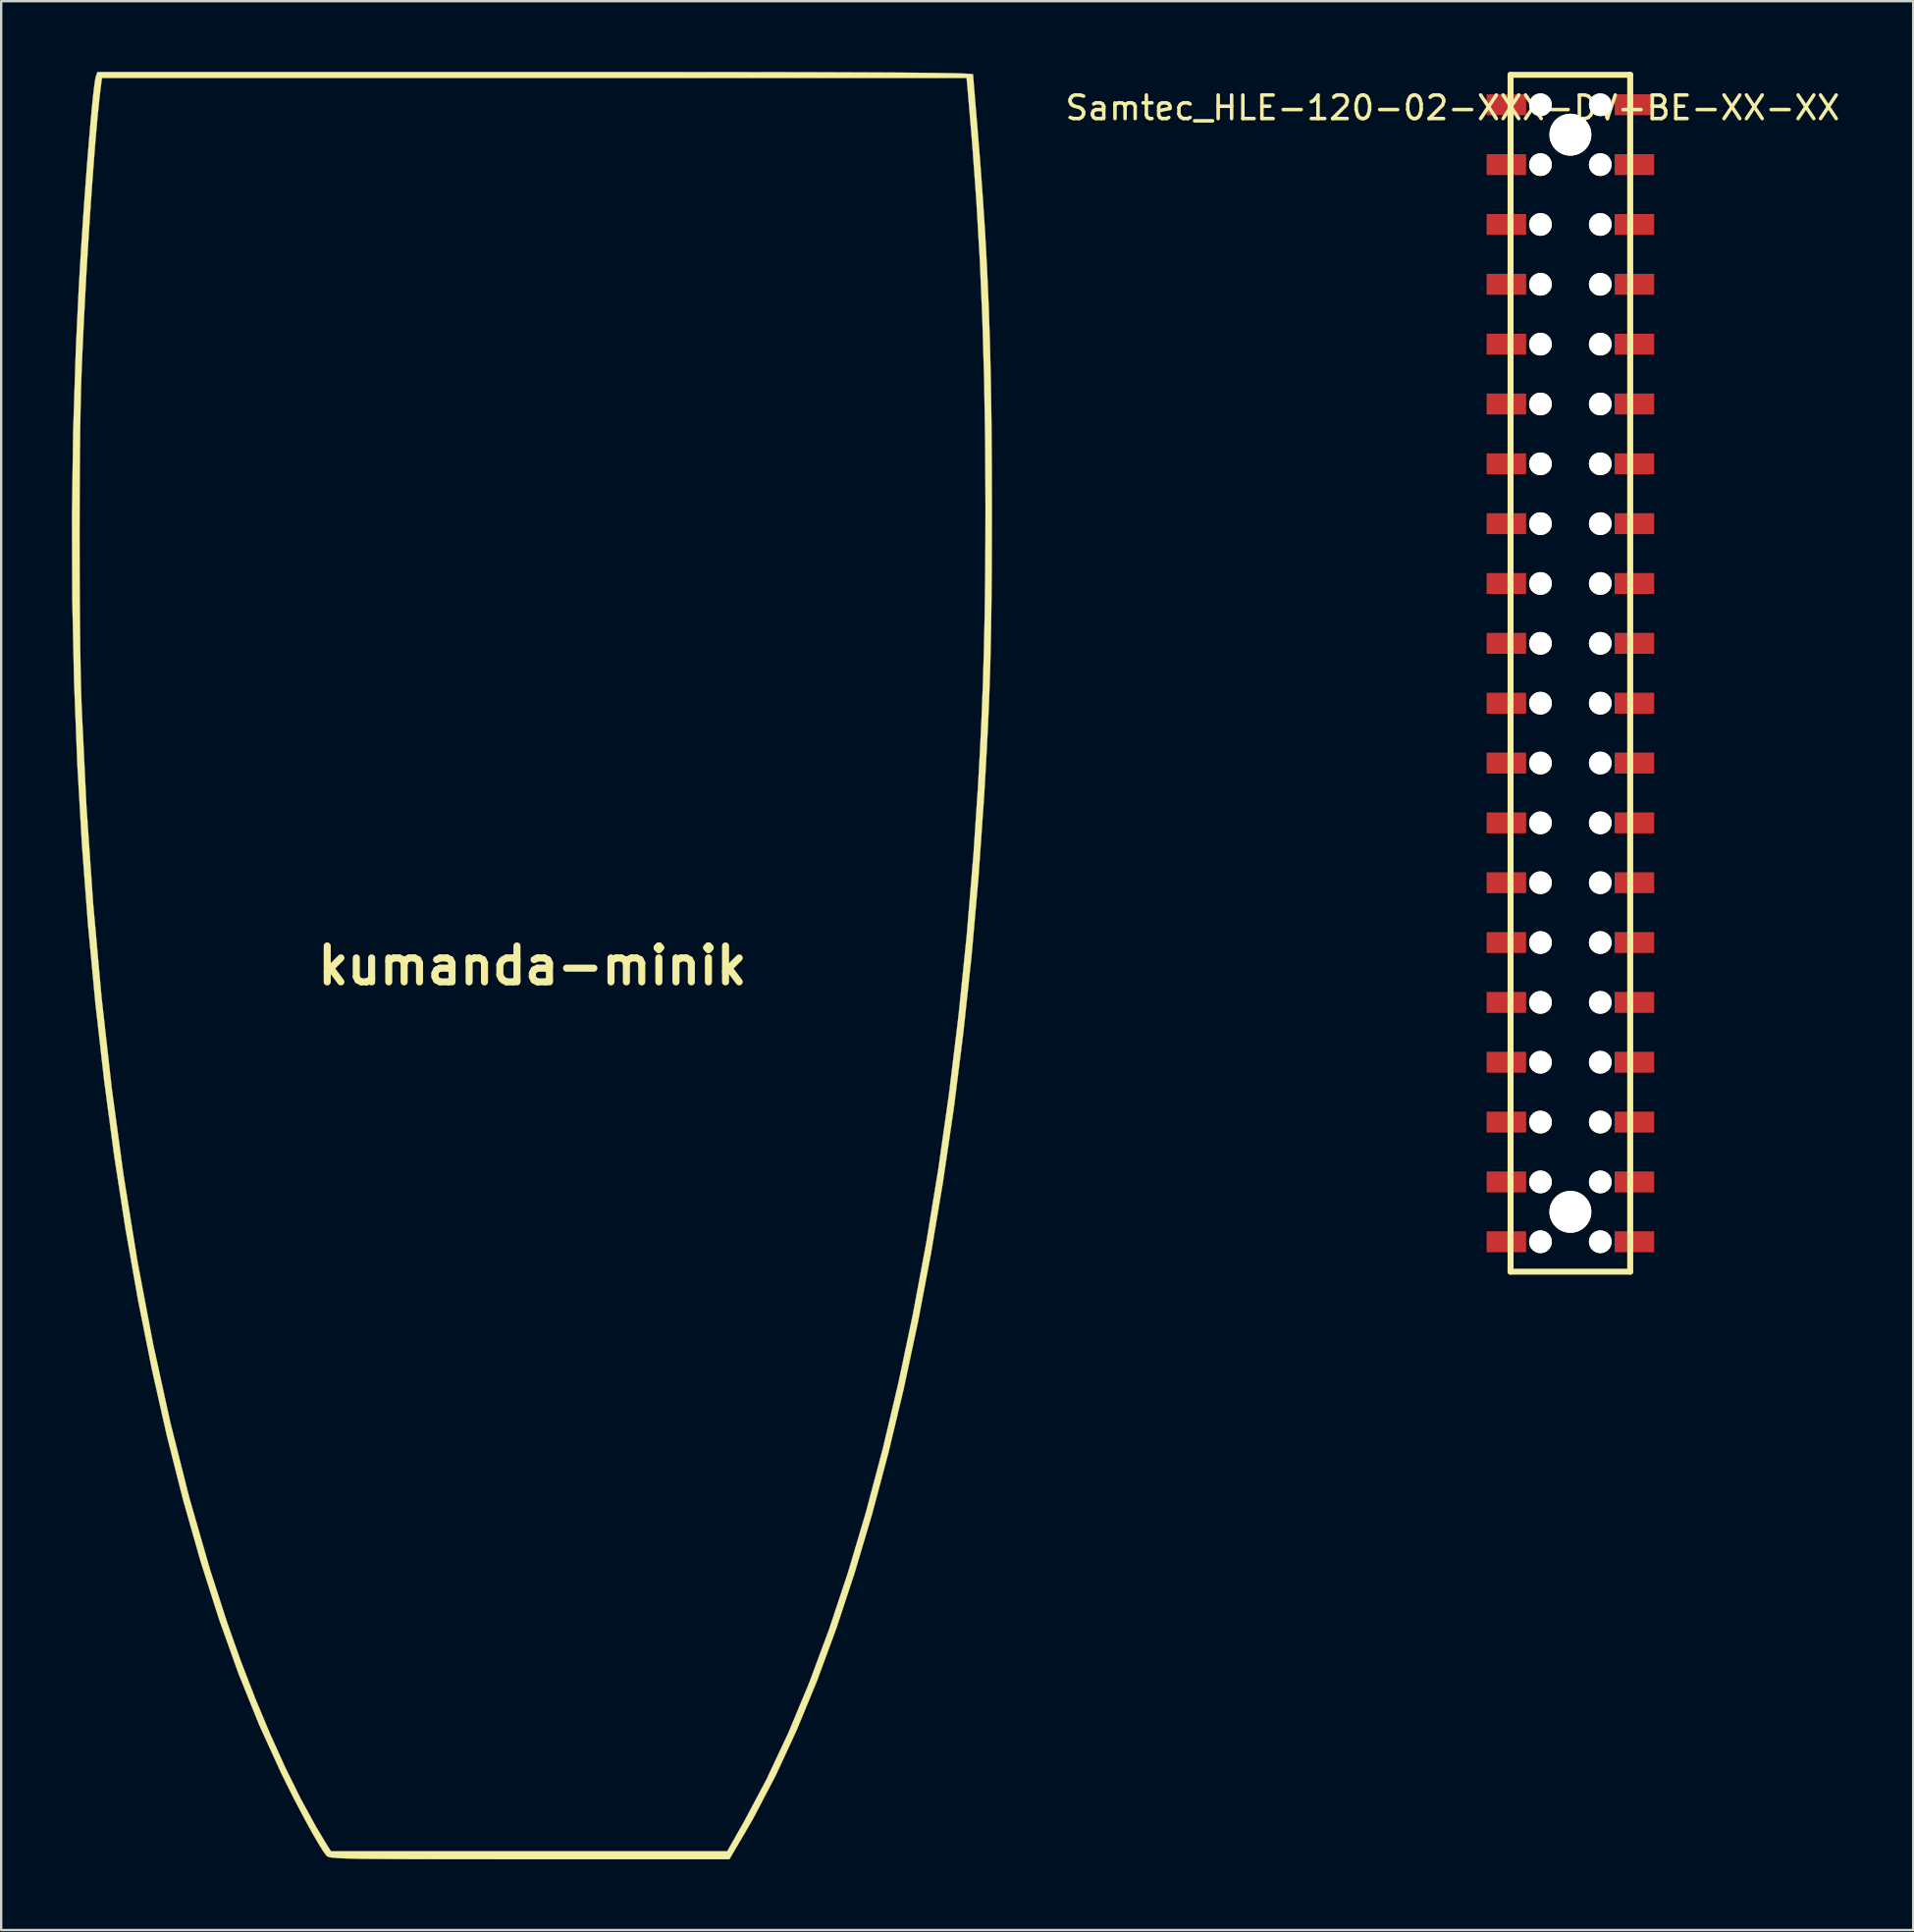
<source format=kicad_pcb>
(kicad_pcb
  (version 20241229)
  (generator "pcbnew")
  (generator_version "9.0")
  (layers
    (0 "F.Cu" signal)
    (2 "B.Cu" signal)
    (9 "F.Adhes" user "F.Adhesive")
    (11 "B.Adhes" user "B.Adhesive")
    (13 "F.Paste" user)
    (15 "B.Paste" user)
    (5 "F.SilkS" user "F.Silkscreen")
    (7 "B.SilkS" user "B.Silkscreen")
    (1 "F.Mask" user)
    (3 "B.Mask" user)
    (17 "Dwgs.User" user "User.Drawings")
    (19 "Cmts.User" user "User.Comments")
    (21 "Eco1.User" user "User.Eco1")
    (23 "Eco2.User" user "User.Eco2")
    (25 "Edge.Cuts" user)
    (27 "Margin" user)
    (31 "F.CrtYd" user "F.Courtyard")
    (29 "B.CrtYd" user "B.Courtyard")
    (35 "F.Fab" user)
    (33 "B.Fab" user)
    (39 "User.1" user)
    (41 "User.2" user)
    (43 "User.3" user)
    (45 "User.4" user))
  (footprint "Samtec_HLE-120-02-XXX-DV-BE-XX-XX"
    (layer "F.Cu")
    (at 63.617 25.527)
    (property "Reference" "Samtec_HLE-120-02-XXX-DV-BE-XX-XX" (at -5 -24 0) (layer "F.SilkS") (effects (font (size 1 1) (thickness 0.15))))
    (attr through_hole)
    (fp_line (start -2.54 -25.4) (end 2.54 -25.4) (stroke (width 0.254) (type solid)) (layer "F.SilkS"))
    (fp_line (start -2.54 25.4) (end -2.54 -25.4) (stroke (width 0.254) (type solid)) (layer "F.SilkS"))
    (fp_line (start 2.54 -25.4) (end 2.54 25.4) (stroke (width 0.254) (type solid)) (layer "F.SilkS"))
    (fp_line (start 2.54 25.4) (end -2.54 25.4) (stroke (width 0.254) (type solid)) (layer "F.SilkS"))
    (pad "" np_thru_hole circle (at -1.27 -24.13 270) (size 0.965 0.965) (drill 0.965) (layers "*.Cu" "*.Mask" "F.SilkS"))
    (pad "" np_thru_hole circle (at -1.27 -21.59 270) (size 0.965 0.965) (drill 0.965) (layers "*.Cu" "*.Mask" "F.SilkS"))
    (pad "" np_thru_hole circle (at -1.27 -19.05 270) (size 0.965 0.965) (drill 0.965) (layers "*.Cu" "*.Mask" "F.SilkS"))
    (pad "" np_thru_hole circle (at -1.27 -16.51 270) (size 0.965 0.965) (drill 0.965) (layers "*.Cu" "*.Mask" "F.SilkS"))
    (pad "" np_thru_hole circle (at -1.27 -13.97 270) (size 0.965 0.965) (drill 0.965) (layers "*.Cu" "*.Mask" "F.SilkS"))
    (pad "" np_thru_hole circle (at -1.27 -11.43 270) (size 0.965 0.965) (drill 0.965) (layers "*.Cu" "*.Mask" "F.SilkS"))
    (pad "" np_thru_hole circle (at -1.27 -8.89 270) (size 0.965 0.965) (drill 0.965) (layers "*.Cu" "*.Mask" "F.SilkS"))
    (pad "" np_thru_hole circle (at -1.27 -6.35 270) (size 0.965 0.965) (drill 0.965) (layers "*.Cu" "*.Mask" "F.SilkS"))
    (pad "" np_thru_hole circle (at -1.27 -3.81 270) (size 0.965 0.965) (drill 0.965) (layers "*.Cu" "*.Mask" "F.SilkS"))
    (pad "" np_thru_hole circle (at -1.27 -1.27 270) (size 0.965 0.965) (drill 0.965) (layers "*.Cu" "*.Mask" "F.SilkS"))
    (pad "" np_thru_hole circle (at -1.27 1.27 270) (size 0.965 0.965) (drill 0.965) (layers "*.Cu" "*.Mask" "F.SilkS"))
    (pad "" np_thru_hole circle (at -1.27 3.81 270) (size 0.965 0.965) (drill 0.965) (layers "*.Cu" "*.Mask" "F.SilkS"))
    (pad "" np_thru_hole circle (at -1.27 6.35 270) (size 0.965 0.965) (drill 0.965) (layers "*.Cu" "*.Mask" "F.SilkS"))
    (pad "" np_thru_hole circle (at -1.27 8.89 270) (size 0.965 0.965) (drill 0.965) (layers "*.Cu" "*.Mask" "F.SilkS"))
    (pad "" np_thru_hole circle (at -1.27 11.43 270) (size 0.965 0.965) (drill 0.965) (layers "*.Cu" "*.Mask" "F.SilkS"))
    (pad "" np_thru_hole circle (at -1.27 13.97 270) (size 0.965 0.965) (drill 0.965) (layers "*.Cu" "*.Mask" "F.SilkS"))
    (pad "" np_thru_hole circle (at -1.27 16.51 270) (size 0.965 0.965) (drill 0.965) (layers "*.Cu" "*.Mask" "F.SilkS"))
    (pad "" np_thru_hole circle (at -1.27 19.05 270) (size 0.965 0.965) (drill 0.965) (layers "*.Cu" "*.Mask" "F.SilkS"))
    (pad "" np_thru_hole circle (at -1.27 21.59 270) (size 0.965 0.965) (drill 0.965) (layers "*.Cu" "*.Mask" "F.SilkS"))
    (pad "" np_thru_hole circle (at -1.27 24.13 270) (size 0.965 0.965) (drill 0.965) (layers "*.Cu" "*.Mask" "F.SilkS"))
    (pad "" np_thru_hole circle (at 0 -22.86 270) (size 1.778 1.778) (drill 1.778) (layers "*.Cu" "*.Mask" "F.SilkS"))
    (pad "" np_thru_hole circle (at 0 22.86 270) (size 1.778 1.778) (drill 1.778) (layers "*.Cu" "*.Mask" "F.SilkS"))
    (pad "" np_thru_hole circle (at 1.27 -24.13 270) (size 0.965 0.965) (drill 0.965) (layers "*.Cu" "*.Mask" "F.SilkS"))
    (pad "" np_thru_hole circle (at 1.27 -21.59 270) (size 0.965 0.965) (drill 0.965) (layers "*.Cu" "*.Mask" "F.SilkS"))
    (pad "" np_thru_hole circle (at 1.27 -19.05 270) (size 0.965 0.965) (drill 0.965) (layers "*.Cu" "*.Mask" "F.SilkS"))
    (pad "" np_thru_hole circle (at 1.27 -16.51 270) (size 0.965 0.965) (drill 0.965) (layers "*.Cu" "*.Mask" "F.SilkS"))
    (pad "" np_thru_hole circle (at 1.27 -13.97 270) (size 0.965 0.965) (drill 0.965) (layers "*.Cu" "*.Mask" "F.SilkS"))
    (pad "" np_thru_hole circle (at 1.27 -11.43 270) (size 0.965 0.965) (drill 0.965) (layers "*.Cu" "*.Mask" "F.SilkS"))
    (pad "" np_thru_hole circle (at 1.27 -8.89 270) (size 0.965 0.965) (drill 0.965) (layers "*.Cu" "*.Mask" "F.SilkS"))
    (pad "" np_thru_hole circle (at 1.27 -6.35 270) (size 0.965 0.965) (drill 0.965) (layers "*.Cu" "*.Mask" "F.SilkS"))
    (pad "" np_thru_hole circle (at 1.27 -3.81 270) (size 0.965 0.965) (drill 0.965) (layers "*.Cu" "*.Mask" "F.SilkS"))
    (pad "" np_thru_hole circle (at 1.27 -1.27 270) (size 0.965 0.965) (drill 0.965) (layers "*.Cu" "*.Mask" "F.SilkS"))
    (pad "" np_thru_hole circle (at 1.27 1.27 270) (size 0.965 0.965) (drill 0.965) (layers "*.Cu" "*.Mask" "F.SilkS"))
    (pad "" np_thru_hole circle (at 1.27 3.81 270) (size 0.965 0.965) (drill 0.965) (layers "*.Cu" "*.Mask" "F.SilkS"))
    (pad "" np_thru_hole circle (at 1.27 6.35 270) (size 0.965 0.965) (drill 0.965) (layers "*.Cu" "*.Mask" "F.SilkS"))
    (pad "" np_thru_hole circle (at 1.27 8.89 270) (size 0.965 0.965) (drill 0.965) (layers "*.Cu" "*.Mask" "F.SilkS"))
    (pad "" np_thru_hole circle (at 1.27 11.43 270) (size 0.965 0.965) (drill 0.965) (layers "*.Cu" "*.Mask" "F.SilkS"))
    (pad "" np_thru_hole circle (at 1.27 13.97 270) (size 0.965 0.965) (drill 0.965) (layers "*.Cu" "*.Mask" "F.SilkS"))
    (pad "" np_thru_hole circle (at 1.27 16.51 270) (size 0.965 0.965) (drill 0.965) (layers "*.Cu" "*.Mask" "F.SilkS"))
    (pad "" np_thru_hole circle (at 1.27 19.05 270) (size 0.965 0.965) (drill 0.965) (layers "*.Cu" "*.Mask" "F.SilkS"))
    (pad "" np_thru_hole circle (at 1.27 21.59 270) (size 0.965 0.965) (drill 0.965) (layers "*.Cu" "*.Mask" "F.SilkS"))
    (pad "" np_thru_hole circle (at 1.27 24.13 270) (size 0.965 0.965) (drill 0.965) (layers "*.Cu" "*.Mask" "F.SilkS"))
    (pad "1" smd rect (at -2.718 -24.13 90) (size 0.889 1.676) (layers "F.Cu" "F.Mask" "F.Paste"))
    (pad "2" smd rect (at 2.718 -24.13 90) (size 0.889 1.676) (layers "F.Cu" "F.Mask" "F.Paste"))
    (pad "3" smd rect (at -2.718 -21.59 90) (size 0.889 1.676) (layers "F.Cu" "F.Mask" "F.Paste"))
    (pad "4" smd rect (at 2.718 -21.59 90) (size 0.889 1.676) (layers "F.Cu" "F.Mask" "F.Paste"))
    (pad "5" smd rect (at -2.718 -19.05 90) (size 0.889 1.676) (layers "F.Cu" "F.Mask" "F.Paste"))
    (pad "6" smd rect (at 2.718 -19.05 90) (size 0.889 1.676) (layers "F.Cu" "F.Mask" "F.Paste"))
    (pad "7" smd rect (at -2.718 -16.51 90) (size 0.889 1.676) (layers "F.Cu" "F.Mask" "F.Paste"))
    (pad "8" smd rect (at 2.718 -16.51 90) (size 0.889 1.676) (layers "F.Cu" "F.Mask" "F.Paste"))
    (pad "9" smd rect (at -2.718 -13.97 90) (size 0.889 1.676) (layers "F.Cu" "F.Mask" "F.Paste"))
    (pad "10" smd rect (at 2.718 -13.97 90) (size 0.889 1.676) (layers "F.Cu" "F.Mask" "F.Paste"))
    (pad "11" smd rect (at -2.718 -11.43 90) (size 0.889 1.676) (layers "F.Cu" "F.Mask" "F.Paste"))
    (pad "12" smd rect (at 2.718 -11.43 90) (size 0.889 1.676) (layers "F.Cu" "F.Mask" "F.Paste"))
    (pad "13" smd rect (at -2.718 -8.89 90) (size 0.889 1.676) (layers "F.Cu" "F.Mask" "F.Paste"))
    (pad "14" smd rect (at 2.718 -8.89 90) (size 0.889 1.676) (layers "F.Cu" "F.Mask" "F.Paste"))
    (pad "15" smd rect (at -2.718 -6.35 90) (size 0.889 1.676) (layers "F.Cu" "F.Mask" "F.Paste"))
    (pad "16" smd rect (at 2.718 -6.35 90) (size 0.889 1.676) (layers "F.Cu" "F.Mask" "F.Paste"))
    (pad "17" smd rect (at -2.718 -3.81 90) (size 0.889 1.676) (layers "F.Cu" "F.Mask" "F.Paste"))
    (pad "18" smd rect (at 2.718 -3.81 90) (size 0.889 1.676) (layers "F.Cu" "F.Mask" "F.Paste"))
    (pad "19" smd rect (at -2.718 -1.27 90) (size 0.889 1.676) (layers "F.Cu" "F.Mask" "F.Paste"))
    (pad "20" smd rect (at 2.718 -1.27 90) (size 0.889 1.676) (layers "F.Cu" "F.Mask" "F.Paste"))
    (pad "21" smd rect (at -2.718 1.27 90) (size 0.889 1.676) (layers "F.Cu" "F.Mask" "F.Paste"))
    (pad "22" smd rect (at 2.718 1.27 90) (size 0.889 1.676) (layers "F.Cu" "F.Mask" "F.Paste"))
    (pad "23" smd rect (at -2.718 3.81 90) (size 0.889 1.676) (layers "F.Cu" "F.Mask" "F.Paste"))
    (pad "24" smd rect (at 2.718 3.81 90) (size 0.889 1.676) (layers "F.Cu" "F.Mask" "F.Paste"))
    (pad "25" smd rect (at -2.718 6.35 90) (size 0.889 1.676) (layers "F.Cu" "F.Mask" "F.Paste"))
    (pad "26" smd rect (at 2.718 6.35 90) (size 0.889 1.676) (layers "F.Cu" "F.Mask" "F.Paste"))
    (pad "27" smd rect (at -2.718 8.89 90) (size 0.889 1.676) (layers "F.Cu" "F.Mask" "F.Paste"))
    (pad "28" smd rect (at 2.718 8.89 90) (size 0.889 1.676) (layers "F.Cu" "F.Mask" "F.Paste"))
    (pad "29" smd rect (at -2.718 11.43 90) (size 0.889 1.676) (layers "F.Cu" "F.Mask" "F.Paste"))
    (pad "30" smd rect (at 2.718 11.43 90) (size 0.889 1.676) (layers "F.Cu" "F.Mask" "F.Paste"))
    (pad "31" smd rect (at -2.718 13.97 90) (size 0.889 1.676) (layers "F.Cu" "F.Mask" "F.Paste"))
    (pad "32" smd rect (at 2.718 13.97 90) (size 0.889 1.676) (layers "F.Cu" "F.Mask" "F.Paste"))
    (pad "33" smd rect (at -2.718 16.51 90) (size 0.889 1.676) (layers "F.Cu" "F.Mask" "F.Paste"))
    (pad "34" smd rect (at 2.718 16.51 90) (size 0.889 1.676) (layers "F.Cu" "F.Mask" "F.Paste"))
    (pad "35" smd rect (at -2.718 19.05 90) (size 0.889 1.676) (layers "F.Cu" "F.Mask" "F.Paste"))
    (pad "36" smd rect (at 2.718 19.05 90) (size 0.889 1.676) (layers "F.Cu" "F.Mask" "F.Paste"))
    (pad "37" smd rect (at -2.718 21.59 90) (size 0.889 1.676) (layers "F.Cu" "F.Mask" "F.Paste"))
    (pad "38" smd rect (at 2.718 21.59 90) (size 0.889 1.676) (layers "F.Cu" "F.Mask" "F.Paste"))
    (pad "39" smd rect (at -2.718 24.13 90) (size 0.889 1.676) (layers "F.Cu" "F.Mask" "F.Paste"))
    (pad "40" smd rect (at 2.718 24.13 90) (size 0.889 1.676) (layers "F.Cu" "F.Mask" "F.Paste")))
  (footprint "kumanda-minik"
    (layer "F.Cu")
    (at 19.55 37.936)
    (property "Reference" "kumanda-minik" (at 0 0 0) (layer "F.SilkS") (effects (font (size 1.524 1.524) (thickness 0.3))))
    (attr through_hole)
    (fp_poly (pts (xy 2.288 -37.93) (xy 4.288 -37.93) (xy 6.129 -37.929) (xy 7.818 -37.928) (xy 9.36 -37.926) (xy 10.761 -37.924) (xy 12.027 -37.921) (xy 13.163 -37.917) (xy 14.174 -37.913) (xy 15.067 -37.909) (xy 15.847 -37.904) (xy 16.519 -37.898) (xy 17.09 -37.891) (xy 17.565 -37.884) (xy 17.949 -37.876) (xy 18.248 -37.867) (xy 18.468 -37.857) (xy 18.615 -37.846) (xy 18.694 -37.834) (xy 18.712 -37.825) (xy 18.719 -37.713) (xy 18.738 -37.458) (xy 18.768 -37.085) (xy 18.807 -36.618) (xy 18.851 -36.084) (xy 18.878 -35.772) (xy 19.012 -34.115) (xy 19.128 -32.535) (xy 19.227 -31.002) (xy 19.308 -29.49) (xy 19.374 -27.972) (xy 19.426 -26.42) (xy 19.464 -24.807) (xy 19.49 -23.105) (xy 19.504 -21.288) (xy 19.508 -19.431) (xy 19.506 -17.972) (xy 19.501 -16.655) (xy 19.49 -15.456) (xy 19.475 -14.348) (xy 19.454 -13.304) (xy 19.426 -12.3) (xy 19.391 -11.307) (xy 19.348 -10.301) (xy 19.296 -9.255) (xy 19.235 -8.143) (xy 19.174 -7.112) (xy 18.938 -3.724) (xy 18.645 -0.394) (xy 18.295 2.87) (xy 17.892 6.061) (xy 17.435 9.172) (xy 16.928 12.198) (xy 16.371 15.129) (xy 15.767 17.96) (xy 15.116 20.684) (xy 14.421 23.293) (xy 13.682 25.78) (xy 12.903 28.14) (xy 12.083 30.363) (xy 11.225 32.445) (xy 10.331 34.377) (xy 9.402 36.152) (xy 9.017 36.824) (xy 8.365 37.931) (xy -0.122 37.931) (xy -1.511 37.931) (xy -2.741 37.93) (xy -3.821 37.929) (xy -4.761 37.927) (xy -5.571 37.925) (xy -6.261 37.921) (xy -6.842 37.916) (xy -7.321 37.91) (xy -7.711 37.902) (xy -8.02 37.892) (xy -8.258 37.881) (xy -8.435 37.867) (xy -8.561 37.852) (xy -8.646 37.833) (xy -8.7 37.813) (xy -8.732 37.789) (xy -8.739 37.782) (xy -8.89 37.574) (xy -9.102 37.233) (xy -9.363 36.78) (xy -9.662 36.236) (xy -9.986 35.622) (xy -10.326 34.958) (xy -10.669 34.265) (xy -10.67 34.263) (xy -11.591 32.244) (xy -12.469 30.07) (xy -13.3 27.748) (xy -14.085 25.288) (xy -14.823 22.697) (xy -15.511 19.984) (xy -16.149 17.157) (xy -16.736 14.224) (xy -17.271 11.194) (xy -17.753 8.074) (xy -18.18 4.874) (xy -18.551 1.601) (xy -18.865 -1.736) (xy -19.122 -5.129) (xy -19.319 -8.57) (xy -19.456 -12.05) (xy -19.532 -15.561) (xy -19.542 -18.175) (xy -19.222 -18.175) (xy -19.22 -16.974) (xy -19.215 -15.794) (xy -19.206 -14.66) (xy -19.194 -13.596) (xy -19.179 -12.625) (xy -19.16 -11.771) (xy -19.137 -11.058) (xy -19.136 -11.033) (xy -18.931 -6.789) (xy -18.648 -2.664) (xy -18.289 1.338) (xy -17.854 5.214) (xy -17.344 8.96) (xy -16.76 12.574) (xy -16.101 16.05) (xy -15.369 19.387) (xy -14.564 22.579) (xy -13.686 25.625) (xy -12.951 27.898) (xy -12.374 29.523) (xy -11.765 31.1) (xy -11.134 32.609) (xy -10.491 34.029) (xy -9.844 35.339) (xy -9.203 36.516) (xy -8.749 37.275) (xy -8.549 37.592) (xy 8.271 37.592) (xy 8.961 36.378) (xy 9.931 34.557) (xy 10.861 32.577) (xy 11.751 30.444) (xy 12.598 28.166) (xy 13.402 25.748) (xy 14.161 23.196) (xy 14.873 20.517) (xy 15.537 17.718) (xy 16.152 14.804) (xy 16.717 11.783) (xy 17.229 8.659) (xy 17.687 5.44) (xy 18.09 2.132) (xy 18.437 -1.259) (xy 18.726 -4.726) (xy 18.919 -7.62) (xy 19.001 -9.09) (xy 19.069 -10.505) (xy 19.124 -11.898) (xy 19.167 -13.301) (xy 19.199 -14.747) (xy 19.22 -16.269) (xy 19.232 -17.898) (xy 19.236 -19.473) (xy 19.222 -22.262) (xy 19.178 -24.919) (xy 19.102 -27.481) (xy 18.993 -29.983) (xy 18.849 -32.461) (xy 18.668 -34.951) (xy 18.489 -37.063) (xy 18.434 -37.677) (xy -18.272 -37.677) (xy -18.324 -37.275) (xy -18.392 -36.691) (xy -18.464 -35.957) (xy -18.54 -35.094) (xy -18.617 -34.121) (xy -18.696 -33.058) (xy -18.774 -31.924) (xy -18.85 -30.739) (xy -18.923 -29.523) (xy -18.991 -28.295) (xy -19.053 -27.076) (xy -19.108 -25.884) (xy -19.137 -25.188) (xy -19.16 -24.503) (xy -19.179 -23.673) (xy -19.195 -22.721) (xy -19.207 -21.671) (xy -19.215 -20.548) (xy -19.22 -19.374) (xy -19.222 -18.175) (xy -19.542 -18.175) (xy -19.545 -19.096) (xy -19.495 -22.644) (xy -19.38 -26.199) (xy -19.257 -28.744) (xy -19.205 -29.653) (xy -19.147 -30.587) (xy -19.085 -31.528) (xy -19.02 -32.462) (xy -18.954 -33.371) (xy -18.887 -34.238) (xy -18.821 -35.047) (xy -18.758 -35.781) (xy -18.698 -36.425) (xy -18.643 -36.961) (xy -18.595 -37.372) (xy -18.555 -37.643) (xy -18.532 -37.74) (xy -18.462 -37.931) (xy 0.125 -37.931) (xy 2.288 -37.93)) (stroke (width 0.01) (type solid)) (fill yes) (layer "F.SilkS")))
  (gr_rect
    (start -3 -3)
    (end 78.17 78.871)
    (stroke (width 0.1) (type default))
    (fill no)
    (layer "Edge.Cuts")))
</source>
